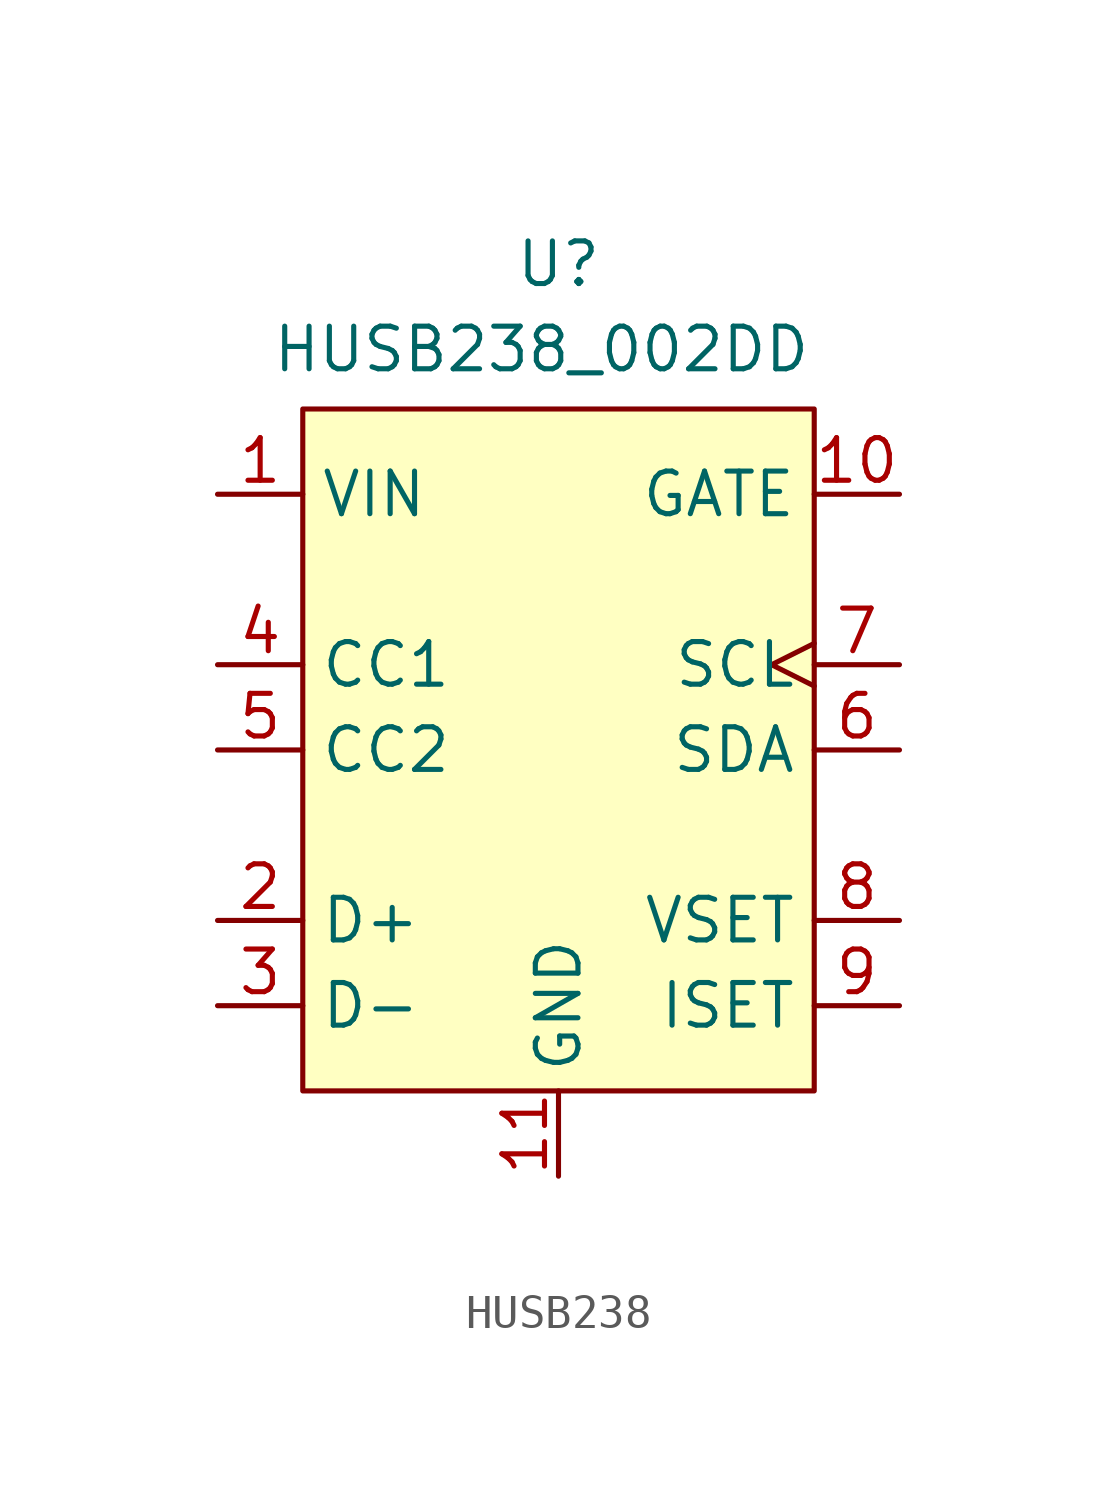
<source format=kicad_sym>
(kicad_symbol_lib
  (version 20241209)
  (generator "kicad_symbol_editor")
  (generator_version "9.0")
  (symbol "HUSB238"
    (property "Reference" "U"
      (at 0 9.398 0)
      (effects (font (size 1.27 1.27))))
    (property "Value" "HUSB238_002DD"
      (at -0.508 6.858 0)
      (effects (font (size 1.27 1.27))))
    (symbol "HUSB238_1_1"
      (rectangle (start -7.62 5.08) (end 7.62 -15.24) (stroke (width 0) (type solid)) (fill (type background)))
      (pin power_in line (at -10.16 2.54 0) (length 2.54) (name "VIN" (effects (font (size 1.27 1.27)))) (number "1" (effects (font (size 1.27 1.27)))))
      (pin bidirectional line (at -10.16 -2.54 0) (length 2.54) (name "CC1" (effects (font (size 1.27 1.27)))) (number "4" (effects (font (size 1.27 1.27)))))
      (pin bidirectional line (at -10.16 -5.08 0) (length 2.54) (name "CC2" (effects (font (size 1.27 1.27)))) (number "5" (effects (font (size 1.27 1.27)))))
      (pin bidirectional line (at -10.16 -10.16 0) (length 2.54) (name "D+" (effects (font (size 1.27 1.27)))) (number "2" (effects (font (size 1.27 1.27)))))
      (pin bidirectional line (at -10.16 -12.7 0) (length 2.54) (name "D-" (effects (font (size 1.27 1.27)))) (number "3" (effects (font (size 1.27 1.27)))))
      (pin power_in line (at 0 -17.78 90) (length 2.54) (name "GND" (effects (font (size 1.27 1.27)))) (number "11" (effects (font (size 1.27 1.27)))))
      (pin output line (at 10.16 2.54 180) (length 2.54) (name "GATE" (effects (font (size 1.27 1.27)))) (number "10" (effects (font (size 1.27 1.27)))))
      (pin input clock (at 10.16 -2.54 180) (length 2.54) (name "SCL" (effects (font (size 1.27 1.27)))) (number "7" (effects (font (size 1.27 1.27)))))
      (pin bidirectional line (at 10.16 -5.08 180) (length 2.54) (name "SDA" (effects (font (size 1.27 1.27)))) (number "6" (effects (font (size 1.27 1.27)))))
      (pin input line (at 10.16 -10.16 180) (length 2.54) (name "VSET" (effects (font (size 1.27 1.27)))) (number "8" (effects (font (size 1.27 1.27)))))
      (pin input line (at 10.16 -12.7 180) (length 2.54) (name "ISET" (effects (font (size 1.27 1.27)))) (number "9" (effects (font (size 1.27 1.27))))))))
</source>
